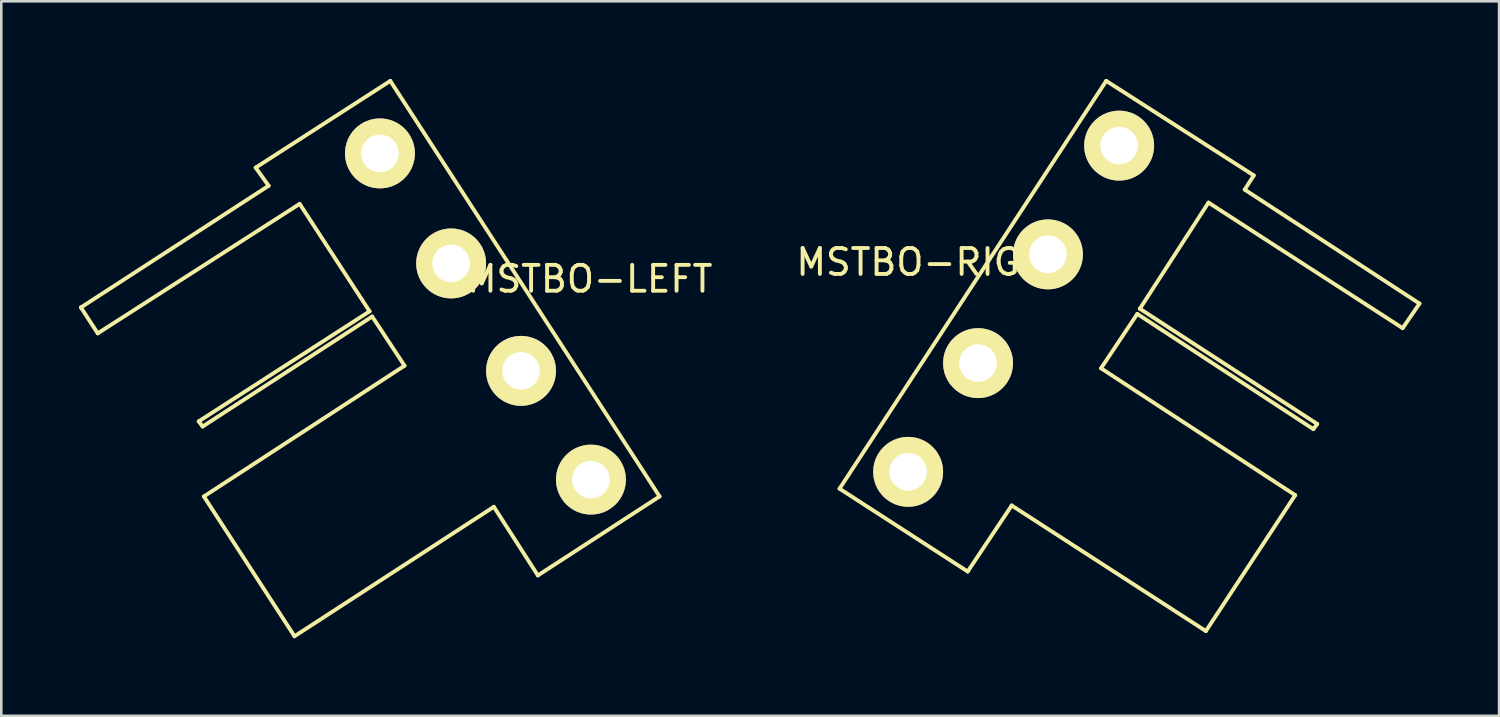
<source format=kicad_pcb>
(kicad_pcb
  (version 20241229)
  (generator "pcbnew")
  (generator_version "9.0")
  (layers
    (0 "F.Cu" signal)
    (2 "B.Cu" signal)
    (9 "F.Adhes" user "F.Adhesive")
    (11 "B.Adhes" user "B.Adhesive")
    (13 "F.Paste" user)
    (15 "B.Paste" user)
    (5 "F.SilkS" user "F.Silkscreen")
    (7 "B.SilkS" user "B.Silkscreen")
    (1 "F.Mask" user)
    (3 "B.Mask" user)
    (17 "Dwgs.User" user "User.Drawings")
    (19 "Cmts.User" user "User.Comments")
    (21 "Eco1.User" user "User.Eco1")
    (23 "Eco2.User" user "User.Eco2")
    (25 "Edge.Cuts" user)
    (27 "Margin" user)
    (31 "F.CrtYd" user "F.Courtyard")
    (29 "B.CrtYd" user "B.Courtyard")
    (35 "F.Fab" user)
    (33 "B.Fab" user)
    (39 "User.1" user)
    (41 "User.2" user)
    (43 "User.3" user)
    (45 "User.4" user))
  (footprint "MSTBO-LEFT"
    (layer "F.Cu")
    (at 11.625 2.875)
    (property "Reference" "MSTBO-LEFT" (at 8.1 4.85 0) (layer "F.SilkS") (effects (font (size 1 1) (thickness 0.15))))
    (attr through_hole)
    (fp_line (start -11.55 5.95) (end -10.9 6.95) (stroke (width 0.15) (type solid)) (layer "F.SilkS"))
    (fp_line (start -10.9 6.95) (end -3.1 1.95) (stroke (width 0.15) (type solid)) (layer "F.SilkS"))
    (fp_line (start -7 10.35) (end -6.85 10.55) (stroke (width 0.15) (type solid)) (layer "F.SilkS"))
    (fp_line (start -6.85 10.55) (end -0.3 6.3) (stroke (width 0.15) (type solid)) (layer "F.SilkS"))
    (fp_line (start -6.8 13.25) (end -3.3 18.65) (stroke (width 0.15) (type solid)) (layer "F.SilkS"))
    (fp_line (start -4.8 0.55) (end -4.3 1.25) (stroke (width 0.15) (type solid)) (layer "F.SilkS"))
    (fp_line (start -4.3 1.25) (end -11.55 5.95) (stroke (width 0.15) (type solid)) (layer "F.SilkS"))
    (fp_line (start -3.3 18.65) (end 4.4 13.65) (stroke (width 0.15) (type solid)) (layer "F.SilkS"))
    (fp_line (start -3.1 1.95) (end -0.4 6.1) (stroke (width 0.15) (type solid)) (layer "F.SilkS"))
    (fp_line (start -0.4 6.1) (end -7 10.35) (stroke (width 0.15) (type solid)) (layer "F.SilkS"))
    (fp_line (start -0.3 6.3) (end 0.95 8.2) (stroke (width 0.15) (type solid)) (layer "F.SilkS"))
    (fp_line (start 0.4 -2.8) (end -4.8 0.55) (stroke (width 0.15) (type solid)) (layer "F.SilkS"))
    (fp_line (start 0.4 -2.8) (end 10.8 13.25) (stroke (width 0.15) (type solid)) (layer "F.SilkS"))
    (fp_line (start 0.95 8.2) (end -6.8 13.25) (stroke (width 0.15) (type solid)) (layer "F.SilkS"))
    (fp_line (start 4.4 13.65) (end 6.1 16.3) (stroke (width 0.15) (type solid)) (layer "F.SilkS"))
    (fp_line (start 6.1 16.3) (end 10.8 13.25) (stroke (width 0.15) (type solid)) (layer "F.SilkS"))
    (pad "1" thru_hole circle (at 2.75 4.25) (size 2.7 2.7) (drill 1.45) (layers "*.Cu" "*.Mask" "F.SilkS"))
    (pad "2" thru_hole circle (at 5.45 8.4) (size 2.7 2.7) (drill 1.45) (layers "*.Cu" "*.Mask" "F.SilkS"))
    (pad "3" thru_hole circle (at 0 0) (size 2.7 2.7) (drill 1.45) (layers "*.Cu" "*.Mask" "F.SilkS"))
    (pad "4" thru_hole circle (at 8.15 12.6) (size 2.7 2.7) (drill 1.45) (layers "*.Cu" "*.Mask" "F.SilkS")))
  (footprint "MSTBO-RIGHT"
    (layer "F.Cu")
    (at 40.177 2.575)
    (property "Reference" "MSTBO-RIGHT" (at -7.25 4.5 0) (layer "F.SilkS") (effects (font (size 1 1) (thickness 0.15))))
    (attr through_hole)
    (fp_line (start -10.8 13.25) (end -0.5 -2.5) (stroke (width 0.15) (type solid)) (layer "F.SilkS"))
    (fp_line (start -5.85 16.45) (end -10.8 13.25) (stroke (width 0.15) (type solid)) (layer "F.SilkS"))
    (fp_line (start -4.15 13.9) (end -5.85 16.45) (stroke (width 0.15) (type solid)) (layer "F.SilkS"))
    (fp_line (start -0.7 8.6) (end 6.8 13.5) (stroke (width 0.15) (type solid)) (layer "F.SilkS"))
    (fp_line (start -0.5 -2.5) (end 5.2 1.15) (stroke (width 0.15) (type solid)) (layer "F.SilkS"))
    (fp_line (start 0.7 6.5) (end -0.7 8.6) (stroke (width 0.15) (type solid)) (layer "F.SilkS"))
    (fp_line (start 0.8 6.3) (end 7.65 10.75) (stroke (width 0.15) (type solid)) (layer "F.SilkS"))
    (fp_line (start 3.35 18.75) (end -4.15 13.9) (stroke (width 0.15) (type solid)) (layer "F.SilkS"))
    (fp_line (start 3.45 2.2) (end 0.8 6.3) (stroke (width 0.15) (type solid)) (layer "F.SilkS"))
    (fp_line (start 4.85 1.7) (end 11.6 6.1) (stroke (width 0.15) (type solid)) (layer "F.SilkS"))
    (fp_line (start 5.2 1.15) (end 4.85 1.7) (stroke (width 0.15) (type solid)) (layer "F.SilkS"))
    (fp_line (start 6.8 13.5) (end 3.35 18.75) (stroke (width 0.15) (type solid)) (layer "F.SilkS"))
    (fp_line (start 7.5 10.95) (end 0.7 6.5) (stroke (width 0.15) (type solid)) (layer "F.SilkS"))
    (fp_line (start 7.65 10.75) (end 7.5 10.95) (stroke (width 0.15) (type solid)) (layer "F.SilkS"))
    (fp_line (start 10.95 7.05) (end 3.45 2.2) (stroke (width 0.15) (type solid)) (layer "F.SilkS"))
    (fp_line (start 11.6 6.1) (end 10.95 7.05) (stroke (width 0.15) (type solid)) (layer "F.SilkS"))
    (pad "1" thru_hole circle (at -8.15 12.6) (size 2.7 2.7) (drill 1.45) (layers "*.Cu" "*.Mask" "F.SilkS"))
    (pad "2" thru_hole circle (at -5.45 8.4) (size 2.7 2.7) (drill 1.45) (layers "*.Cu" "*.Mask" "F.SilkS"))
    (pad "3" thru_hole circle (at 0 0) (size 2.7 2.7) (drill 1.45) (layers "*.Cu" "*.Mask" "F.SilkS"))
    (pad "4" thru_hole circle (at -2.75 4.2) (size 2.7 2.7) (drill 1.45) (layers "*.Cu" "*.Mask" "F.SilkS")))
  (gr_rect
    (start -3 -3)
    (end 54.852 24.6)
    (stroke (width 0.1) (type default))
    (fill no)
    (layer "Edge.Cuts")))
</source>
